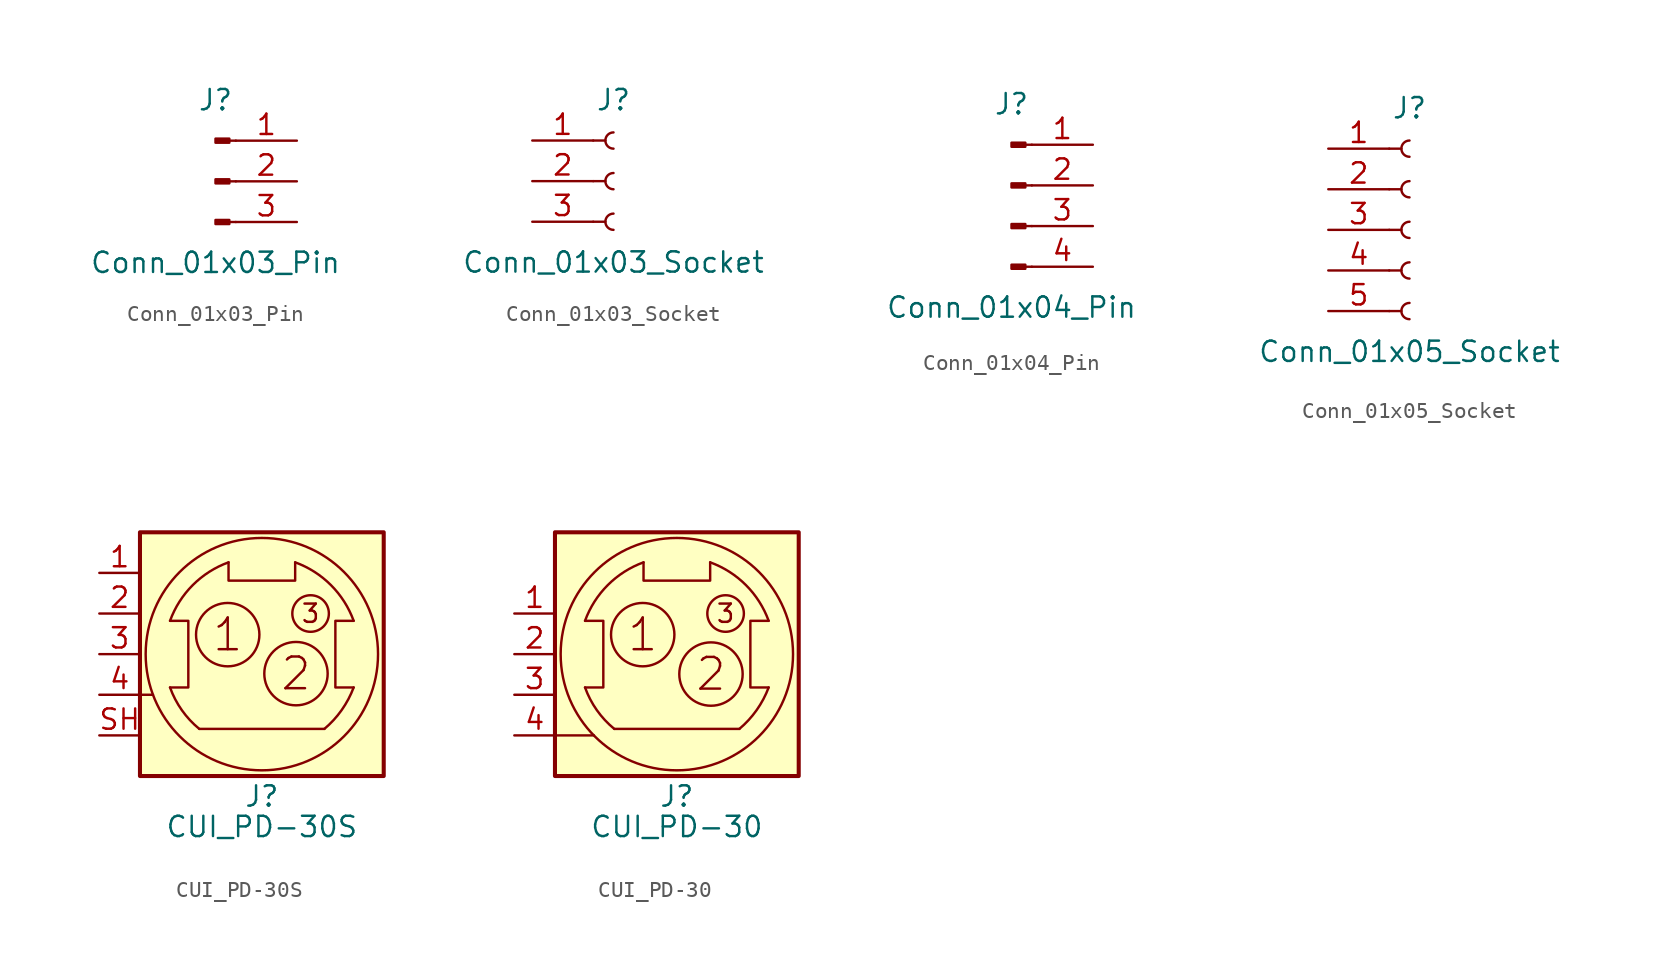
<source format=kicad_sym>
(kicad_symbol_lib
  (version 20241209)
  (generator "kicad_symbol_editor")
  (generator_version "9.0")
  (symbol "Conn_01x03_Pin"
    (pin_names
      (offset 1.016)
      (hide yes))
    (property "Reference" "J"
      (at 0 5.08 0)
      (effects (font (size 1.27 1.27))))
    (property "Value" "Conn_01x03_Pin"
      (at 0 -5.08 0)
      (effects (font (size 1.27 1.27))))
    (property "ki_locked" ""
      (at 0 0 0)
      (effects (font (size 1.27 1.27))))
    (symbol "Conn_01x03_Pin_1_1"
      (rectangle (start 0.864 2.667) (end 0 2.413) (stroke (width 0.152) (type default)) (fill (type outline)))
      (rectangle (start 0.864 0.127) (end 0 -0.127) (stroke (width 0.152) (type default)) (fill (type outline)))
      (rectangle (start 0.864 -2.413) (end 0 -2.667) (stroke (width 0.152) (type default)) (fill (type outline)))
      (polyline (pts (xy 1.27 2.54) (xy 0.864 2.54)) (stroke (width 0.152) (type default)) (fill (type none)))
      (polyline (pts (xy 1.27 0) (xy 0.864 0)) (stroke (width 0.152) (type default)) (fill (type none)))
      (polyline (pts (xy 1.27 -2.54) (xy 0.864 -2.54)) (stroke (width 0.152) (type default)) (fill (type none)))
      (pin passive line (at 5.08 2.54 180) (length 3.81) (name "Pin_1" (effects (font (size 1.27 1.27)))) (number "1" (effects (font (size 1.27 1.27)))))
      (pin passive line (at 5.08 0 180) (length 3.81) (name "Pin_2" (effects (font (size 1.27 1.27)))) (number "2" (effects (font (size 1.27 1.27)))))
      (pin passive line (at 5.08 -2.54 180) (length 3.81) (name "Pin_3" (effects (font (size 1.27 1.27)))) (number "3" (effects (font (size 1.27 1.27)))))))
  (symbol "Conn_01x03_Socket"
    (pin_names
      (offset 1.016)
      (hide yes))
    (property "Reference" "J"
      (at 0 5.08 0)
      (effects (font (size 1.27 1.27))))
    (property "Value" "Conn_01x03_Socket"
      (at 0 -5.08 0)
      (effects (font (size 1.27 1.27))))
    (property "ki_locked" ""
      (at 0 0 0)
      (effects (font (size 1.27 1.27))))
    (symbol "Conn_01x03_Socket_1_1"
      (polyline (pts (xy -1.27 2.54) (xy -0.508 2.54)) (stroke (width 0.152) (type default)) (fill (type none)))
      (polyline (pts (xy -1.27 0) (xy -0.508 0)) (stroke (width 0.152) (type default)) (fill (type none)))
      (polyline (pts (xy -1.27 -2.54) (xy -0.508 -2.54)) (stroke (width 0.152) (type default)) (fill (type none)))
      (arc (start 0 2.032) (mid -0.5058 2.54) (end 0 3.048) (stroke (width 0.1524) (type default)) (fill (type none)))
      (arc (start 0 -0.508) (mid -0.5058 0) (end 0 0.508) (stroke (width 0.1524) (type default)) (fill (type none)))
      (arc (start 0 -3.048) (mid -0.5058 -2.54) (end 0 -2.032) (stroke (width 0.1524) (type default)) (fill (type none)))
      (pin passive line (at -5.08 2.54 0) (length 3.81) (name "Pin_1" (effects (font (size 1.27 1.27)))) (number "1" (effects (font (size 1.27 1.27)))))
      (pin passive line (at -5.08 0 0) (length 3.81) (name "Pin_2" (effects (font (size 1.27 1.27)))) (number "2" (effects (font (size 1.27 1.27)))))
      (pin passive line (at -5.08 -2.54 0) (length 3.81) (name "Pin_3" (effects (font (size 1.27 1.27)))) (number "3" (effects (font (size 1.27 1.27)))))))
  (symbol "Conn_01x04_Pin"
    (pin_names
      (offset 1.016)
      (hide yes))
    (property "Reference" "J"
      (at 0 5.08 0)
      (effects (font (size 1.27 1.27))))
    (property "Value" "Conn_01x04_Pin"
      (at 0 -7.62 0)
      (effects (font (size 1.27 1.27))))
    (property "ki_locked" ""
      (at 0 0 0)
      (effects (font (size 1.27 1.27))))
    (symbol "Conn_01x04_Pin_1_1"
      (rectangle (start 0.864 2.667) (end 0 2.413) (stroke (width 0.152) (type default)) (fill (type outline)))
      (rectangle (start 0.864 0.127) (end 0 -0.127) (stroke (width 0.152) (type default)) (fill (type outline)))
      (rectangle (start 0.864 -2.413) (end 0 -2.667) (stroke (width 0.152) (type default)) (fill (type outline)))
      (rectangle (start 0.864 -4.953) (end 0 -5.207) (stroke (width 0.152) (type default)) (fill (type outline)))
      (polyline (pts (xy 1.27 2.54) (xy 0.864 2.54)) (stroke (width 0.152) (type default)) (fill (type none)))
      (polyline (pts (xy 1.27 0) (xy 0.864 0)) (stroke (width 0.152) (type default)) (fill (type none)))
      (polyline (pts (xy 1.27 -2.54) (xy 0.864 -2.54)) (stroke (width 0.152) (type default)) (fill (type none)))
      (polyline (pts (xy 1.27 -5.08) (xy 0.864 -5.08)) (stroke (width 0.152) (type default)) (fill (type none)))
      (pin passive line (at 5.08 2.54 180) (length 3.81) (name "Pin_1" (effects (font (size 1.27 1.27)))) (number "1" (effects (font (size 1.27 1.27)))))
      (pin passive line (at 5.08 0 180) (length 3.81) (name "Pin_2" (effects (font (size 1.27 1.27)))) (number "2" (effects (font (size 1.27 1.27)))))
      (pin passive line (at 5.08 -2.54 180) (length 3.81) (name "Pin_3" (effects (font (size 1.27 1.27)))) (number "3" (effects (font (size 1.27 1.27)))))
      (pin passive line (at 5.08 -5.08 180) (length 3.81) (name "Pin_4" (effects (font (size 1.27 1.27)))) (number "4" (effects (font (size 1.27 1.27)))))))
  (symbol "Conn_01x05_Socket"
    (pin_names
      (offset 1.016)
      (hide yes))
    (property "Reference" "J"
      (at 0 7.62 0)
      (effects (font (size 1.27 1.27))))
    (property "Value" "Conn_01x05_Socket"
      (at 0 -7.62 0)
      (effects (font (size 1.27 1.27))))
    (property "ki_locked" ""
      (at 0 0 0)
      (effects (font (size 1.27 1.27))))
    (symbol "Conn_01x05_Socket_1_1"
      (polyline (pts (xy -1.27 5.08) (xy -0.508 5.08)) (stroke (width 0.152) (type default)) (fill (type none)))
      (polyline (pts (xy -1.27 2.54) (xy -0.508 2.54)) (stroke (width 0.152) (type default)) (fill (type none)))
      (polyline (pts (xy -1.27 0) (xy -0.508 0)) (stroke (width 0.152) (type default)) (fill (type none)))
      (polyline (pts (xy -1.27 -2.54) (xy -0.508 -2.54)) (stroke (width 0.152) (type default)) (fill (type none)))
      (polyline (pts (xy -1.27 -5.08) (xy -0.508 -5.08)) (stroke (width 0.152) (type default)) (fill (type none)))
      (arc (start 0 4.572) (mid -0.5058 5.08) (end 0 5.588) (stroke (width 0.1524) (type default)) (fill (type none)))
      (arc (start 0 2.032) (mid -0.5058 2.54) (end 0 3.048) (stroke (width 0.1524) (type default)) (fill (type none)))
      (arc (start 0 -0.508) (mid -0.5058 0) (end 0 0.508) (stroke (width 0.1524) (type default)) (fill (type none)))
      (arc (start 0 -3.048) (mid -0.5058 -2.54) (end 0 -2.032) (stroke (width 0.1524) (type default)) (fill (type none)))
      (arc (start 0 -5.588) (mid -0.5058 -5.08) (end 0 -4.572) (stroke (width 0.1524) (type default)) (fill (type none)))
      (pin passive line (at -5.08 5.08 0) (length 3.81) (name "Pin_1" (effects (font (size 1.27 1.27)))) (number "1" (effects (font (size 1.27 1.27)))))
      (pin passive line (at -5.08 2.54 0) (length 3.81) (name "Pin_2" (effects (font (size 1.27 1.27)))) (number "2" (effects (font (size 1.27 1.27)))))
      (pin passive line (at -5.08 0 0) (length 3.81) (name "Pin_3" (effects (font (size 1.27 1.27)))) (number "3" (effects (font (size 1.27 1.27)))))
      (pin passive line (at -5.08 -2.54 0) (length 3.81) (name "Pin_4" (effects (font (size 1.27 1.27)))) (number "4" (effects (font (size 1.27 1.27)))))
      (pin passive line (at -5.08 -5.08 0) (length 3.81) (name "Pin_5" (effects (font (size 1.27 1.27)))) (number "5" (effects (font (size 1.27 1.27)))))))
  (symbol "CUI_PD-30S"
    (pin_names
      (offset 1.016)
      (hide yes))
    (property "Reference" "J"
      (at 0 -8.89 0)
      (effects (font (size 1.27 1.27))))
    (property "Value" "CUI_PD-30S"
      (at 0 -10.795 0)
      (effects (font (size 1.27 1.27))))
    (symbol "CUI_PD-30S_0_1"
      (polyline (pts (xy -7.62 -2.54) (xy -6.807 -2.54)) (stroke (width 0) (type default)) (fill (type none)))
      (rectangle (start -7.62 -7.62) (end 7.62 7.62) (stroke (width 0.254) (type default)) (fill (type background)))
      (polyline (pts (xy -5.74 2.083) (xy -4.597 2.083) (xy -4.597 -2.083) (xy -5.74 -2.083)) (stroke (width 0) (type default)) (fill (type none)))
      (polyline (pts (xy -3.912 -4.674) (xy 3.912 -4.674)) (stroke (width 0) (type default)) (fill (type none)))
      (circle (center -2.134 1.219) (radius 1.981) (stroke (width 0) (type default)) (fill (type none)))
      (arc (start -3.9116 -4.6736) (mid -5.0022 -3.5026) (end -5.7404 -2.0828) (stroke (width 0) (type default)) (fill (type none)))
      (arc (start 5.7404 -2.0828) (mid 4.9924 -3.4956) (end 3.9116 -4.6736) (stroke (width 0) (type default)) (fill (type none)))
      (arc (start -5.7404 2.0828) (mid -4.318 4.318) (end -2.0828 5.7404) (stroke (width 0) (type default)) (fill (type none)))
      (circle (center 0 0) (radius 7.264) (stroke (width 0) (type default)) (fill (type none)))
      (arc (start 2.0828 5.7404) (mid 4.318 4.318) (end 5.7404 2.0828) (stroke (width 0) (type default)) (fill (type none)))
      (polyline (pts (xy 2.083 5.74) (xy 2.083 4.597) (xy -2.083 4.597) (xy -2.083 5.74)) (stroke (width 0) (type default)) (fill (type none)))
      (circle (center 2.134 -1.219) (radius 1.981) (stroke (width 0) (type default)) (fill (type none)))
      (circle (center 3.048 2.54) (radius 1.143) (stroke (width 0) (type default)) (fill (type none)))
      (polyline (pts (xy 5.74 -2.083) (xy 4.597 -2.083) (xy 4.597 2.083) (xy 5.74 2.083)) (stroke (width 0) (type default)) (fill (type none)))
      (text "1" (at -2.134 1.219 0) (effects (font (size 1.981 1.981))))
      (text "2" (at 2.134 -1.219 0) (effects (font (size 1.981 1.981))))
      (text "3" (at 3.048 2.54 0) (effects (font (size 1.143 1.143)))))
    (symbol "CUI_PD-30S_1_1"
      (pin passive line (at -10.16 5.08 0) (length 2.54) (name "1" (effects (font (size 1.27 1.27)))) (number "1" (effects (font (size 1.27 1.27)))))
      (pin passive line (at -10.16 2.54 0) (length 2.54) (name "2" (effects (font (size 1.27 1.27)))) (number "2" (effects (font (size 1.27 1.27)))))
      (pin passive line (at -10.16 0 0) (length 2.54) (name "3" (effects (font (size 1.27 1.27)))) (number "3" (effects (font (size 1.27 1.27)))))
      (pin passive line (at -10.16 -2.54 0) (length 2.54) (name "Shield" (effects (font (size 1.27 1.27)))) (number "4" (effects (font (size 1.27 1.27)))))
      (pin passive line (at -10.16 -5.08 0) (length 2.54) (name "Shield" (effects (font (size 1.27 1.27)))) (number "SH" (effects (font (size 1.27 1.27)))))))
  (symbol "CUI_PD-30"
    (pin_names
      (offset 1.016)
      (hide yes))
    (property "Reference" "J"
      (at 0 -8.89 0)
      (effects (font (size 1.27 1.27))))
    (property "Value" "CUI_PD-30"
      (at 0 -10.795 0)
      (effects (font (size 1.27 1.27))))
    (symbol "CUI_PD-30_0_1"
      (polyline (pts (xy -7.62 -5.08) (xy -5.182 -5.08)) (stroke (width 0) (type default)) (fill (type none)))
      (rectangle (start -7.62 -7.62) (end 7.62 7.62) (stroke (width 0.254) (type default)) (fill (type background)))
      (polyline (pts (xy -5.74 2.083) (xy -4.597 2.083) (xy -4.597 -2.083) (xy -5.74 -2.083)) (stroke (width 0) (type default)) (fill (type none)))
      (polyline (pts (xy -3.912 -4.674) (xy 3.912 -4.674)) (stroke (width 0) (type default)) (fill (type none)))
      (circle (center -2.134 1.219) (radius 1.981) (stroke (width 0) (type default)) (fill (type none)))
      (arc (start -3.9116 -4.6736) (mid -5.0022 -3.5026) (end -5.7404 -2.0828) (stroke (width 0) (type default)) (fill (type none)))
      (arc (start 5.7404 -2.0828) (mid 4.9924 -3.4956) (end 3.9116 -4.6736) (stroke (width 0) (type default)) (fill (type none)))
      (arc (start -5.7404 2.0828) (mid -4.318 4.318) (end -2.0828 5.7404) (stroke (width 0) (type default)) (fill (type none)))
      (circle (center 0 0) (radius 7.264) (stroke (width 0) (type default)) (fill (type none)))
      (arc (start 2.0828 5.7404) (mid 4.318 4.318) (end 5.7404 2.0828) (stroke (width 0) (type default)) (fill (type none)))
      (polyline (pts (xy 2.083 5.74) (xy 2.083 4.597) (xy -2.083 4.597) (xy -2.083 5.74)) (stroke (width 0) (type default)) (fill (type none)))
      (circle (center 2.134 -1.245) (radius 1.981) (stroke (width 0) (type default)) (fill (type none)))
      (circle (center 3.048 2.54) (radius 1.143) (stroke (width 0) (type default)) (fill (type none)))
      (polyline (pts (xy 5.74 -2.083) (xy 4.597 -2.083) (xy 4.597 2.083) (xy 5.74 2.083)) (stroke (width 0) (type default)) (fill (type none)))
      (text "1" (at -2.134 1.219 0) (effects (font (size 1.981 1.981))))
      (text "2" (at 2.134 -1.245 0) (effects (font (size 1.981 1.981))))
      (text "3" (at 3.048 2.54 0) (effects (font (size 1.143 1.143)))))
    (symbol "CUI_PD-30_1_1"
      (pin passive line (at -10.16 2.54 0) (length 2.54) (name "1" (effects (font (size 1.27 1.27)))) (number "1" (effects (font (size 1.27 1.27)))))
      (pin passive line (at -10.16 0 0) (length 2.54) (name "2" (effects (font (size 1.27 1.27)))) (number "2" (effects (font (size 1.27 1.27)))))
      (pin passive line (at -10.16 -2.54 0) (length 2.54) (name "3" (effects (font (size 1.27 1.27)))) (number "3" (effects (font (size 1.27 1.27)))))
      (pin passive line (at -10.16 -5.08 0) (length 2.54) (name "Shield" (effects (font (size 1.27 1.27)))) (number "4" (effects (font (size 1.27 1.27))))))))
</source>
